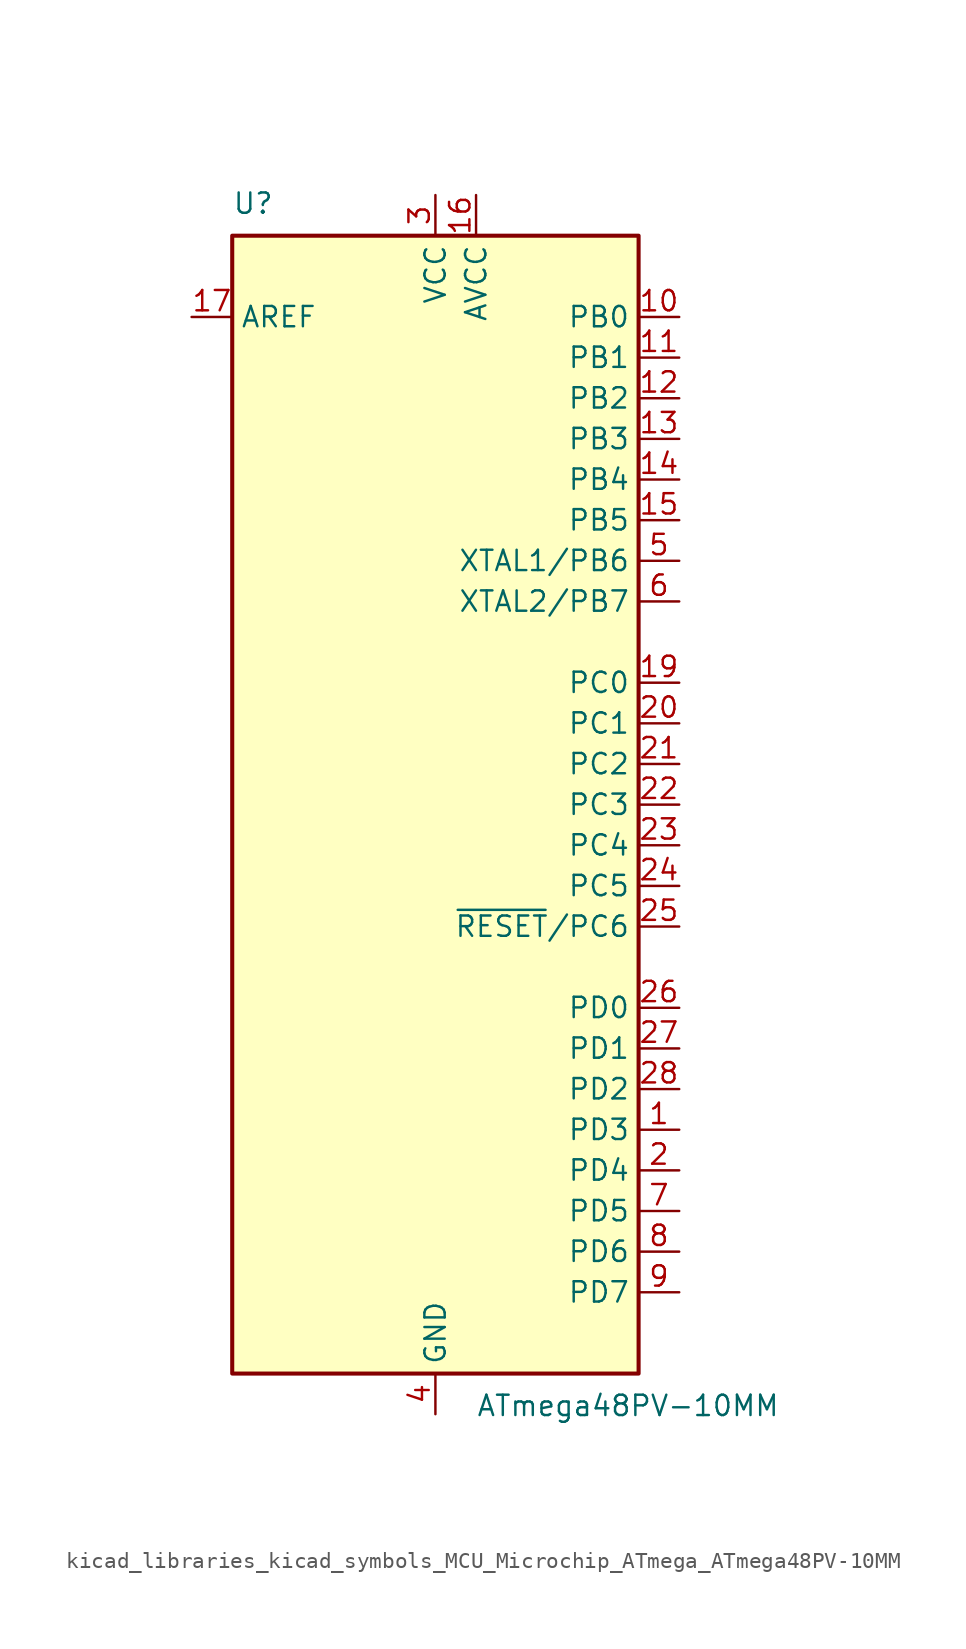
<source format=kicad_sym>
(kicad_symbol_lib
  (version 20220914)
  (generator kicad_symbol_editor)
  (symbol "kicad_libraries_kicad_symbols_MCU_Microchip_ATmega_ATmega48PV-10MM"
    (property "Reference" "U"
      (at -12.7 36.83 0)
      (effects (font (size 1.27 1.27)) (justify left bottom)))
    (property "Value" "ATmega48PV-10MM"
      (at 2.54 -36.83 0)
      (effects (font (size 1.27 1.27)) (justify left top)))
    (symbol "kicad_libraries_kicad_symbols_MCU_Microchip_ATmega_ATmega48PV-10MM_0_1"
      (rectangle (start -12.7 -35.56) (end 12.7 35.56) (stroke (width 0.254) (type default)) (fill (type background))))
    (symbol "kicad_libraries_kicad_symbols_MCU_Microchip_ATmega_ATmega48PV-10MM_1_1"
      (pin bidirectional line (at 15.24 -20.32 180) (length 2.54) (name "PD3" (effects (font (size 1.27 1.27)))) (number "1" (effects (font (size 1.27 1.27)))))
      (pin bidirectional line (at 15.24 30.48 180) (length 2.54) (name "PB0" (effects (font (size 1.27 1.27)))) (number "10" (effects (font (size 1.27 1.27)))))
      (pin bidirectional line (at 15.24 27.94 180) (length 2.54) (name "PB1" (effects (font (size 1.27 1.27)))) (number "11" (effects (font (size 1.27 1.27)))))
      (pin bidirectional line (at 15.24 25.4 180) (length 2.54) (name "PB2" (effects (font (size 1.27 1.27)))) (number "12" (effects (font (size 1.27 1.27)))))
      (pin bidirectional line (at 15.24 22.86 180) (length 2.54) (name "PB3" (effects (font (size 1.27 1.27)))) (number "13" (effects (font (size 1.27 1.27)))))
      (pin bidirectional line (at 15.24 20.32 180) (length 2.54) (name "PB4" (effects (font (size 1.27 1.27)))) (number "14" (effects (font (size 1.27 1.27)))))
      (pin bidirectional line (at 15.24 17.78 180) (length 2.54) (name "PB5" (effects (font (size 1.27 1.27)))) (number "15" (effects (font (size 1.27 1.27)))))
      (pin power_in line (at 2.54 38.1 270) (length 2.54) (name "AVCC" (effects (font (size 1.27 1.27)))) (number "16" (effects (font (size 1.27 1.27)))))
      (pin passive line (at -15.24 30.48 0) (length 2.54) (name "AREF" (effects (font (size 1.27 1.27)))) (number "17" (effects (font (size 1.27 1.27)))))
      (pin passive line (at 0 -38.1 90) (length 2.54) hide (name "GND" (effects (font (size 1.27 1.27)))) (number "18" (effects (font (size 1.27 1.27)))))
      (pin bidirectional line (at 15.24 7.62 180) (length 2.54) (name "PC0" (effects (font (size 1.27 1.27)))) (number "19" (effects (font (size 1.27 1.27)))))
      (pin bidirectional line (at 15.24 -22.86 180) (length 2.54) (name "PD4" (effects (font (size 1.27 1.27)))) (number "2" (effects (font (size 1.27 1.27)))))
      (pin bidirectional line (at 15.24 5.08 180) (length 2.54) (name "PC1" (effects (font (size 1.27 1.27)))) (number "20" (effects (font (size 1.27 1.27)))))
      (pin bidirectional line (at 15.24 2.54 180) (length 2.54) (name "PC2" (effects (font (size 1.27 1.27)))) (number "21" (effects (font (size 1.27 1.27)))))
      (pin bidirectional line (at 15.24 0 180) (length 2.54) (name "PC3" (effects (font (size 1.27 1.27)))) (number "22" (effects (font (size 1.27 1.27)))))
      (pin bidirectional line (at 15.24 -2.54 180) (length 2.54) (name "PC4" (effects (font (size 1.27 1.27)))) (number "23" (effects (font (size 1.27 1.27)))))
      (pin bidirectional line (at 15.24 -5.08 180) (length 2.54) (name "PC5" (effects (font (size 1.27 1.27)))) (number "24" (effects (font (size 1.27 1.27)))))
      (pin bidirectional line (at 15.24 -7.62 180) (length 2.54) (name "~{RESET}/PC6" (effects (font (size 1.27 1.27)))) (number "25" (effects (font (size 1.27 1.27)))))
      (pin bidirectional line (at 15.24 -12.7 180) (length 2.54) (name "PD0" (effects (font (size 1.27 1.27)))) (number "26" (effects (font (size 1.27 1.27)))))
      (pin bidirectional line (at 15.24 -15.24 180) (length 2.54) (name "PD1" (effects (font (size 1.27 1.27)))) (number "27" (effects (font (size 1.27 1.27)))))
      (pin bidirectional line (at 15.24 -17.78 180) (length 2.54) (name "PD2" (effects (font (size 1.27 1.27)))) (number "28" (effects (font (size 1.27 1.27)))))
      (pin passive line (at 0 -38.1 90) (length 2.54) hide (name "GND" (effects (font (size 1.27 1.27)))) (number "29" (effects (font (size 1.27 1.27)))))
      (pin power_in line (at 0 38.1 270) (length 2.54) (name "VCC" (effects (font (size 1.27 1.27)))) (number "3" (effects (font (size 1.27 1.27)))))
      (pin power_in line (at 0 -38.1 90) (length 2.54) (name "GND" (effects (font (size 1.27 1.27)))) (number "4" (effects (font (size 1.27 1.27)))))
      (pin bidirectional line (at 15.24 15.24 180) (length 2.54) (name "XTAL1/PB6" (effects (font (size 1.27 1.27)))) (number "5" (effects (font (size 1.27 1.27)))))
      (pin bidirectional line (at 15.24 12.7 180) (length 2.54) (name "XTAL2/PB7" (effects (font (size 1.27 1.27)))) (number "6" (effects (font (size 1.27 1.27)))))
      (pin bidirectional line (at 15.24 -25.4 180) (length 2.54) (name "PD5" (effects (font (size 1.27 1.27)))) (number "7" (effects (font (size 1.27 1.27)))))
      (pin bidirectional line (at 15.24 -27.94 180) (length 2.54) (name "PD6" (effects (font (size 1.27 1.27)))) (number "8" (effects (font (size 1.27 1.27)))))
      (pin bidirectional line (at 15.24 -30.48 180) (length 2.54) (name "PD7" (effects (font (size 1.27 1.27)))) (number "9" (effects (font (size 1.27 1.27))))))))
</source>
